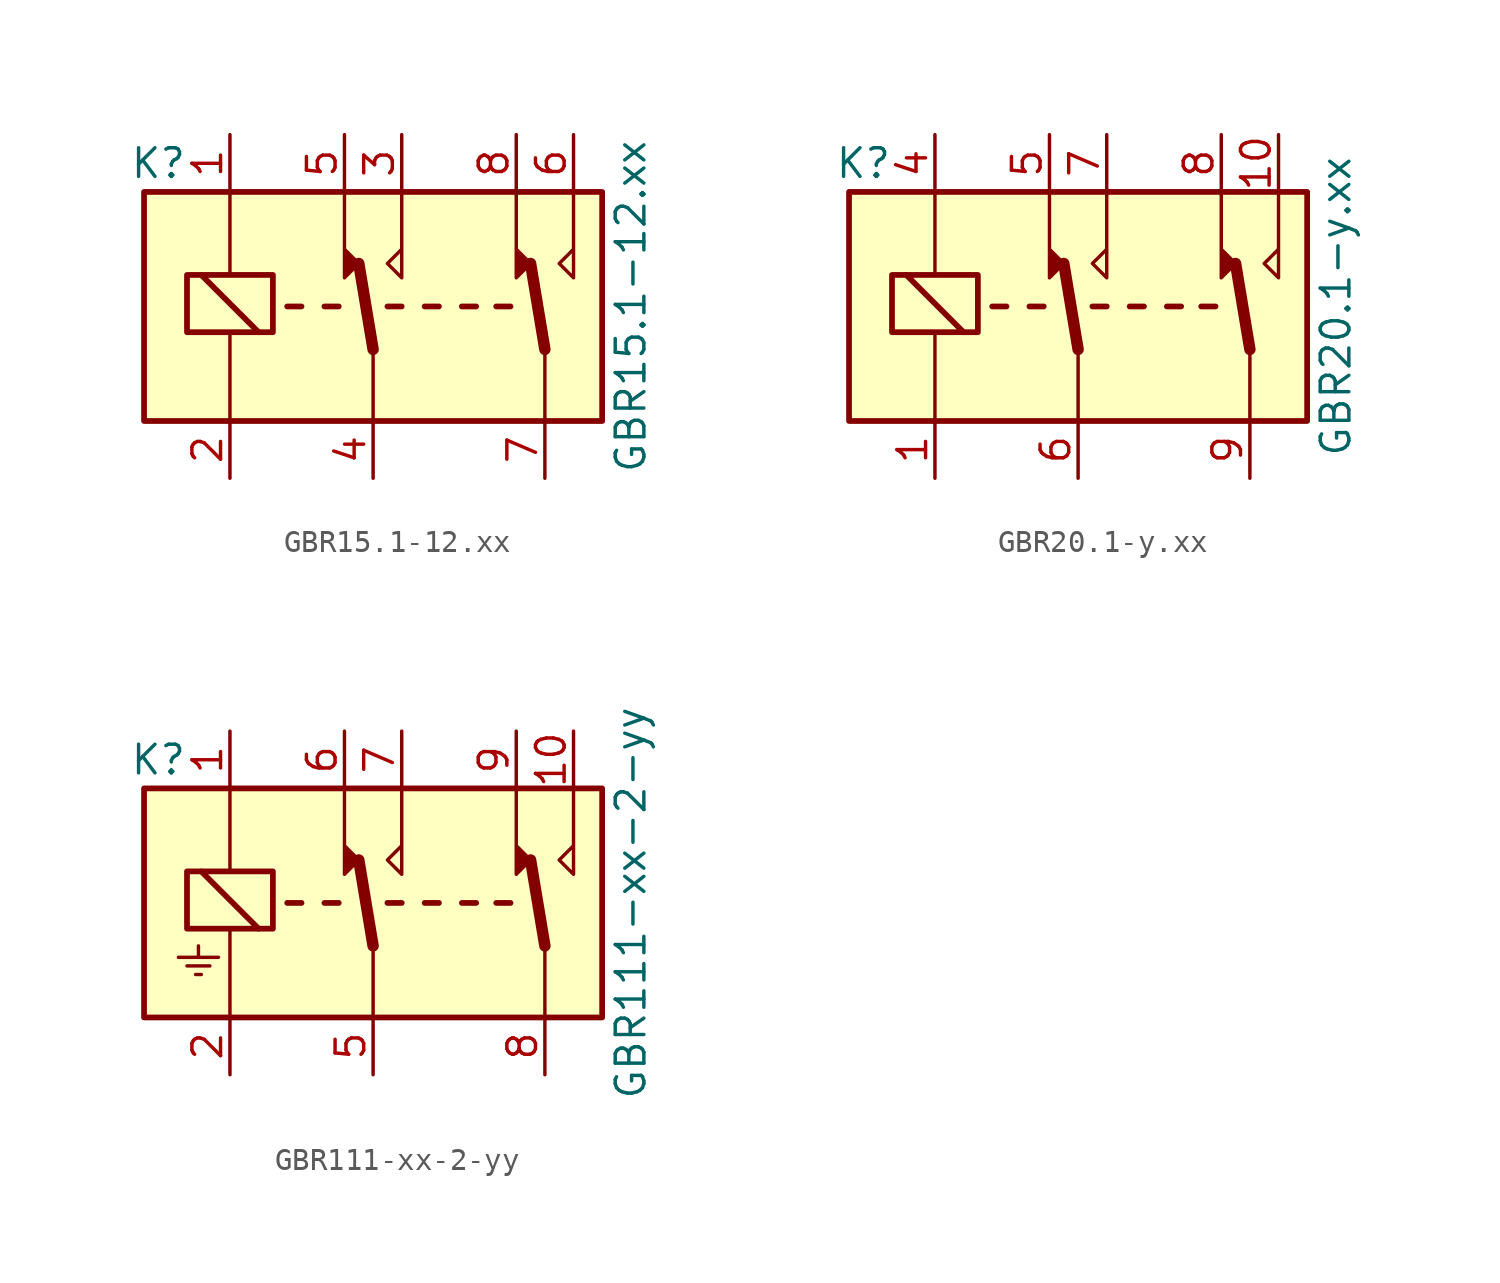
<source format=kicad_sym>
(kicad_symbol_lib
  (version 20211014)
  (generator kicad_symbol_editor)
  (symbol "GBR15.1-12.xx"
    (property "Reference" "K"
      (at -9.525 6.35 0)
      (effects (font (size 1.27 1.27))))
    (property "Value" "GBR15.1-12.xx"
      (at 11.43 0 90)
      (effects (font (size 1.27 1.27))))
    (symbol "GBR15.1-12.xx_1_1"
      (rectangle (start -10.16 5.08) (end 10.16 -5.08) (stroke (width 0.254) (type default) (color 0 0 0 0)) (fill (type background)))
      (rectangle (start -8.255 -1.143) (end -4.445 1.397) (stroke (width 0.254) (type default) (color 0 0 0 0)) (fill (type none)))
      (polyline (pts (xy -6.35 -1.27) (xy -6.35 -4.953)) (stroke (width 0) (type default) (color 0 0 0 0)) (fill (type none)))
      (polyline (pts (xy -6.35 5.08) (xy -6.35 1.397)) (stroke (width 0) (type default) (color 0 0 0 0)) (fill (type none)))
      (polyline (pts (xy -5.08 -1.143) (xy -7.62 1.397)) (stroke (width 0.254) (type default) (color 0 0 0 0)) (fill (type none)))
      (polyline (pts (xy -3.175 0) (xy -3.81 0)) (stroke (width 0.254) (type default) (color 0 0 0 0)) (fill (type none)))
      (polyline (pts (xy -1.524 0) (xy -2.159 0)) (stroke (width 0.254) (type default) (color 0 0 0 0)) (fill (type none)))
      (polyline (pts (xy 0 -1.905) (xy -0.635 1.905)) (stroke (width 0.508) (type default) (color 0 0 0 0)) (fill (type none)))
      (polyline (pts (xy 0 -1.905) (xy 0 -5.08)) (stroke (width 0) (type default) (color 0 0 0 0)) (fill (type none)))
      (polyline (pts (xy 1.27 0) (xy 0.635 0)) (stroke (width 0.254) (type default) (color 0 0 0 0)) (fill (type none)))
      (polyline (pts (xy 2.921 0) (xy 2.286 0)) (stroke (width 0.254) (type default) (color 0 0 0 0)) (fill (type none)))
      (polyline (pts (xy 4.572 0) (xy 3.937 0)) (stroke (width 0.254) (type default) (color 0 0 0 0)) (fill (type none)))
      (polyline (pts (xy 6.096 0) (xy 5.461 0)) (stroke (width 0.254) (type default) (color 0 0 0 0)) (fill (type none)))
      (polyline (pts (xy 7.62 -1.905) (xy 6.985 1.905)) (stroke (width 0.508) (type default) (color 0 0 0 0)) (fill (type none)))
      (polyline (pts (xy 7.62 -1.905) (xy 7.62 -5.08)) (stroke (width 0) (type default) (color 0 0 0 0)) (fill (type none)))
      (polyline (pts (xy -1.27 5.08) (xy -1.27 1.27) (xy -0.635 1.905) (xy -1.27 2.54)) (stroke (width 0) (type default) (color 0 0 0 0)) (fill (type outline)))
      (polyline (pts (xy 1.27 5.08) (xy 1.27 1.27) (xy 0.635 1.905) (xy 1.27 2.54)) (stroke (width 0) (type default) (color 0 0 0 0)) (fill (type none)))
      (polyline (pts (xy 6.35 5.08) (xy 6.35 1.27) (xy 6.985 1.905) (xy 6.35 2.54)) (stroke (width 0) (type default) (color 0 0 0 0)) (fill (type outline)))
      (polyline (pts (xy 8.89 5.08) (xy 8.89 1.27) (xy 8.255 1.905) (xy 8.89 2.54)) (stroke (width 0) (type default) (color 0 0 0 0)) (fill (type none)))
      (pin passive line (at -6.35 7.62 270) (length 2.54) (name "~" (effects (font (size 1.27 1.27)))) (number "1" (effects (font (size 1.27 1.27)))))
      (pin passive line (at -6.35 -7.62 90) (length 2.54) (name "~" (effects (font (size 1.27 1.27)))) (number "2" (effects (font (size 1.27 1.27)))))
      (pin passive line (at 1.27 7.62 270) (length 2.54) (name "~" (effects (font (size 1.27 1.27)))) (number "3" (effects (font (size 1.27 1.27)))))
      (pin passive line (at 0 -7.62 90) (length 2.54) (name "~" (effects (font (size 1.27 1.27)))) (number "4" (effects (font (size 1.27 1.27)))))
      (pin passive line (at -1.27 7.62 270) (length 2.54) (name "~" (effects (font (size 1.27 1.27)))) (number "5" (effects (font (size 1.27 1.27)))))
      (pin passive line (at 8.89 7.62 270) (length 2.54) (name "~" (effects (font (size 1.27 1.27)))) (number "6" (effects (font (size 1.27 1.27)))))
      (pin passive line (at 7.62 -7.62 90) (length 2.54) (name "~" (effects (font (size 1.27 1.27)))) (number "7" (effects (font (size 1.27 1.27)))))
      (pin passive line (at 6.35 7.62 270) (length 2.54) (name "~" (effects (font (size 1.27 1.27)))) (number "8" (effects (font (size 1.27 1.27)))))))
  (symbol "GBR20.1-y.xx"
    (property "Reference" "K"
      (at -9.525 6.35 0)
      (effects (font (size 1.27 1.27))))
    (property "Value" "GBR20.1-y.xx"
      (at 11.43 0 90)
      (effects (font (size 1.27 1.27))))
    (symbol "GBR20.1-y.xx_1_1"
      (rectangle (start -10.16 5.08) (end 10.16 -5.08) (stroke (width 0.254) (type default) (color 0 0 0 0)) (fill (type background)))
      (rectangle (start -8.255 -1.143) (end -4.445 1.397) (stroke (width 0.254) (type default) (color 0 0 0 0)) (fill (type none)))
      (polyline (pts (xy -6.35 -1.27) (xy -6.35 -4.953)) (stroke (width 0) (type default) (color 0 0 0 0)) (fill (type none)))
      (polyline (pts (xy -6.35 5.08) (xy -6.35 1.397)) (stroke (width 0) (type default) (color 0 0 0 0)) (fill (type none)))
      (polyline (pts (xy -5.08 -1.143) (xy -7.62 1.397)) (stroke (width 0.254) (type default) (color 0 0 0 0)) (fill (type none)))
      (polyline (pts (xy -3.175 0) (xy -3.81 0)) (stroke (width 0.254) (type default) (color 0 0 0 0)) (fill (type none)))
      (polyline (pts (xy -1.524 0) (xy -2.159 0)) (stroke (width 0.254) (type default) (color 0 0 0 0)) (fill (type none)))
      (polyline (pts (xy 0 -1.905) (xy -0.635 1.905)) (stroke (width 0.508) (type default) (color 0 0 0 0)) (fill (type none)))
      (polyline (pts (xy 0 -1.905) (xy 0 -5.08)) (stroke (width 0) (type default) (color 0 0 0 0)) (fill (type none)))
      (polyline (pts (xy 1.27 0) (xy 0.635 0)) (stroke (width 0.254) (type default) (color 0 0 0 0)) (fill (type none)))
      (polyline (pts (xy 2.921 0) (xy 2.286 0)) (stroke (width 0.254) (type default) (color 0 0 0 0)) (fill (type none)))
      (polyline (pts (xy 4.572 0) (xy 3.937 0)) (stroke (width 0.254) (type default) (color 0 0 0 0)) (fill (type none)))
      (polyline (pts (xy 6.096 0) (xy 5.461 0)) (stroke (width 0.254) (type default) (color 0 0 0 0)) (fill (type none)))
      (polyline (pts (xy 7.62 -1.905) (xy 6.985 1.905)) (stroke (width 0.508) (type default) (color 0 0 0 0)) (fill (type none)))
      (polyline (pts (xy 7.62 -1.905) (xy 7.62 -5.08)) (stroke (width 0) (type default) (color 0 0 0 0)) (fill (type none)))
      (polyline (pts (xy -1.27 5.08) (xy -1.27 1.27) (xy -0.635 1.905) (xy -1.27 2.54)) (stroke (width 0) (type default) (color 0 0 0 0)) (fill (type outline)))
      (polyline (pts (xy 1.27 5.08) (xy 1.27 1.27) (xy 0.635 1.905) (xy 1.27 2.54)) (stroke (width 0) (type default) (color 0 0 0 0)) (fill (type none)))
      (polyline (pts (xy 6.35 5.08) (xy 6.35 1.27) (xy 6.985 1.905) (xy 6.35 2.54)) (stroke (width 0) (type default) (color 0 0 0 0)) (fill (type outline)))
      (polyline (pts (xy 8.89 5.08) (xy 8.89 1.27) (xy 8.255 1.905) (xy 8.89 2.54)) (stroke (width 0) (type default) (color 0 0 0 0)) (fill (type none)))
      (pin passive line (at -6.35 -7.62 90) (length 2.54) (name "~" (effects (font (size 1.27 1.27)))) (number "1" (effects (font (size 1.27 1.27)))))
      (pin passive line (at 8.89 7.62 270) (length 2.54) (name "~" (effects (font (size 1.27 1.27)))) (number "10" (effects (font (size 1.27 1.27)))))
      (pin passive line (at -6.35 7.62 270) (length 2.54) (name "~" (effects (font (size 1.27 1.27)))) (number "4" (effects (font (size 1.27 1.27)))))
      (pin passive line (at -1.27 7.62 270) (length 2.54) (name "~" (effects (font (size 1.27 1.27)))) (number "5" (effects (font (size 1.27 1.27)))))
      (pin passive line (at 0 -7.62 90) (length 2.54) (name "~" (effects (font (size 1.27 1.27)))) (number "6" (effects (font (size 1.27 1.27)))))
      (pin passive line (at 1.27 7.62 270) (length 2.54) (name "~" (effects (font (size 1.27 1.27)))) (number "7" (effects (font (size 1.27 1.27)))))
      (pin passive line (at 6.35 7.62 270) (length 2.54) (name "~" (effects (font (size 1.27 1.27)))) (number "8" (effects (font (size 1.27 1.27)))))
      (pin passive line (at 7.62 -7.62 90) (length 2.54) (name "~" (effects (font (size 1.27 1.27)))) (number "9" (effects (font (size 1.27 1.27)))))))
  (symbol "GBR111-xx-2-yy"
    (property "Reference" "K"
      (at -9.525 6.35 0)
      (effects (font (size 1.27 1.27))))
    (property "Value" "GBR111-xx-2-yy"
      (at 11.43 0 90)
      (effects (font (size 1.27 1.27))))
    (symbol "GBR111-xx-2-yy_0_1"
      (polyline (pts (xy -8.255 -2.794) (xy -7.239 -2.794)) (stroke (width 0) (type default) (color 0 0 0 0)) (fill (type none)))
      (polyline (pts (xy -7.874 -3.175) (xy -7.62 -3.175)) (stroke (width 0) (type default) (color 0 0 0 0)) (fill (type none)))
      (polyline (pts (xy -7.747 -2.413) (xy -7.747 -1.905)) (stroke (width 0) (type default) (color 0 0 0 0)) (fill (type none)))
      (polyline (pts (xy -6.858 -2.413) (xy -8.636 -2.413)) (stroke (width 0) (type default) (color 0 0 0 0)) (fill (type none))))
    (symbol "GBR111-xx-2-yy_1_1"
      (rectangle (start -10.16 5.08) (end 10.16 -5.08) (stroke (width 0.254) (type default) (color 0 0 0 0)) (fill (type background)))
      (rectangle (start -8.255 -1.143) (end -4.445 1.397) (stroke (width 0.254) (type default) (color 0 0 0 0)) (fill (type none)))
      (polyline (pts (xy -6.35 -1.27) (xy -6.35 -4.953)) (stroke (width 0) (type default) (color 0 0 0 0)) (fill (type none)))
      (polyline (pts (xy -6.35 5.08) (xy -6.35 1.397)) (stroke (width 0) (type default) (color 0 0 0 0)) (fill (type none)))
      (polyline (pts (xy -5.08 -1.143) (xy -7.62 1.397)) (stroke (width 0.254) (type default) (color 0 0 0 0)) (fill (type none)))
      (polyline (pts (xy -3.175 0) (xy -3.81 0)) (stroke (width 0.254) (type default) (color 0 0 0 0)) (fill (type none)))
      (polyline (pts (xy -1.524 0) (xy -2.159 0)) (stroke (width 0.254) (type default) (color 0 0 0 0)) (fill (type none)))
      (polyline (pts (xy 0 -1.905) (xy -0.635 1.905)) (stroke (width 0.508) (type default) (color 0 0 0 0)) (fill (type none)))
      (polyline (pts (xy 0 -1.905) (xy 0 -5.08)) (stroke (width 0) (type default) (color 0 0 0 0)) (fill (type none)))
      (polyline (pts (xy 1.27 0) (xy 0.635 0)) (stroke (width 0.254) (type default) (color 0 0 0 0)) (fill (type none)))
      (polyline (pts (xy 2.921 0) (xy 2.286 0)) (stroke (width 0.254) (type default) (color 0 0 0 0)) (fill (type none)))
      (polyline (pts (xy 4.572 0) (xy 3.937 0)) (stroke (width 0.254) (type default) (color 0 0 0 0)) (fill (type none)))
      (polyline (pts (xy 6.096 0) (xy 5.461 0)) (stroke (width 0.254) (type default) (color 0 0 0 0)) (fill (type none)))
      (polyline (pts (xy 7.62 -1.905) (xy 6.985 1.905)) (stroke (width 0.508) (type default) (color 0 0 0 0)) (fill (type none)))
      (polyline (pts (xy 7.62 -1.905) (xy 7.62 -5.08)) (stroke (width 0) (type default) (color 0 0 0 0)) (fill (type none)))
      (polyline (pts (xy -1.27 5.08) (xy -1.27 1.27) (xy -0.635 1.905) (xy -1.27 2.54)) (stroke (width 0) (type default) (color 0 0 0 0)) (fill (type outline)))
      (polyline (pts (xy 1.27 5.08) (xy 1.27 1.27) (xy 0.635 1.905) (xy 1.27 2.54)) (stroke (width 0) (type default) (color 0 0 0 0)) (fill (type none)))
      (polyline (pts (xy 6.35 5.08) (xy 6.35 1.27) (xy 6.985 1.905) (xy 6.35 2.54)) (stroke (width 0) (type default) (color 0 0 0 0)) (fill (type outline)))
      (polyline (pts (xy 8.89 5.08) (xy 8.89 1.27) (xy 8.255 1.905) (xy 8.89 2.54)) (stroke (width 0) (type default) (color 0 0 0 0)) (fill (type none)))
      (pin passive line (at -6.35 7.62 270) (length 2.54) (name "~" (effects (font (size 1.27 1.27)))) (number "1" (effects (font (size 1.27 1.27)))))
      (pin passive line (at 8.89 7.62 270) (length 2.54) (name "~" (effects (font (size 1.27 1.27)))) (number "10" (effects (font (size 1.27 1.27)))))
      (pin passive line (at -6.35 -7.62 90) (length 2.54) (name "~" (effects (font (size 1.27 1.27)))) (number "2" (effects (font (size 1.27 1.27)))))
      (pin passive line (at 0 -7.62 90) (length 2.54) (name "~" (effects (font (size 1.27 1.27)))) (number "5" (effects (font (size 1.27 1.27)))))
      (pin passive line (at -1.27 7.62 270) (length 2.54) (name "~" (effects (font (size 1.27 1.27)))) (number "6" (effects (font (size 1.27 1.27)))))
      (pin passive line (at 1.27 7.62 270) (length 2.54) (name "~" (effects (font (size 1.27 1.27)))) (number "7" (effects (font (size 1.27 1.27)))))
      (pin passive line (at 7.62 -7.62 90) (length 2.54) (name "~" (effects (font (size 1.27 1.27)))) (number "8" (effects (font (size 1.27 1.27)))))
      (pin passive line (at 6.35 7.62 270) (length 2.54) (name "~" (effects (font (size 1.27 1.27)))) (number "9" (effects (font (size 1.27 1.27))))))))
</source>
